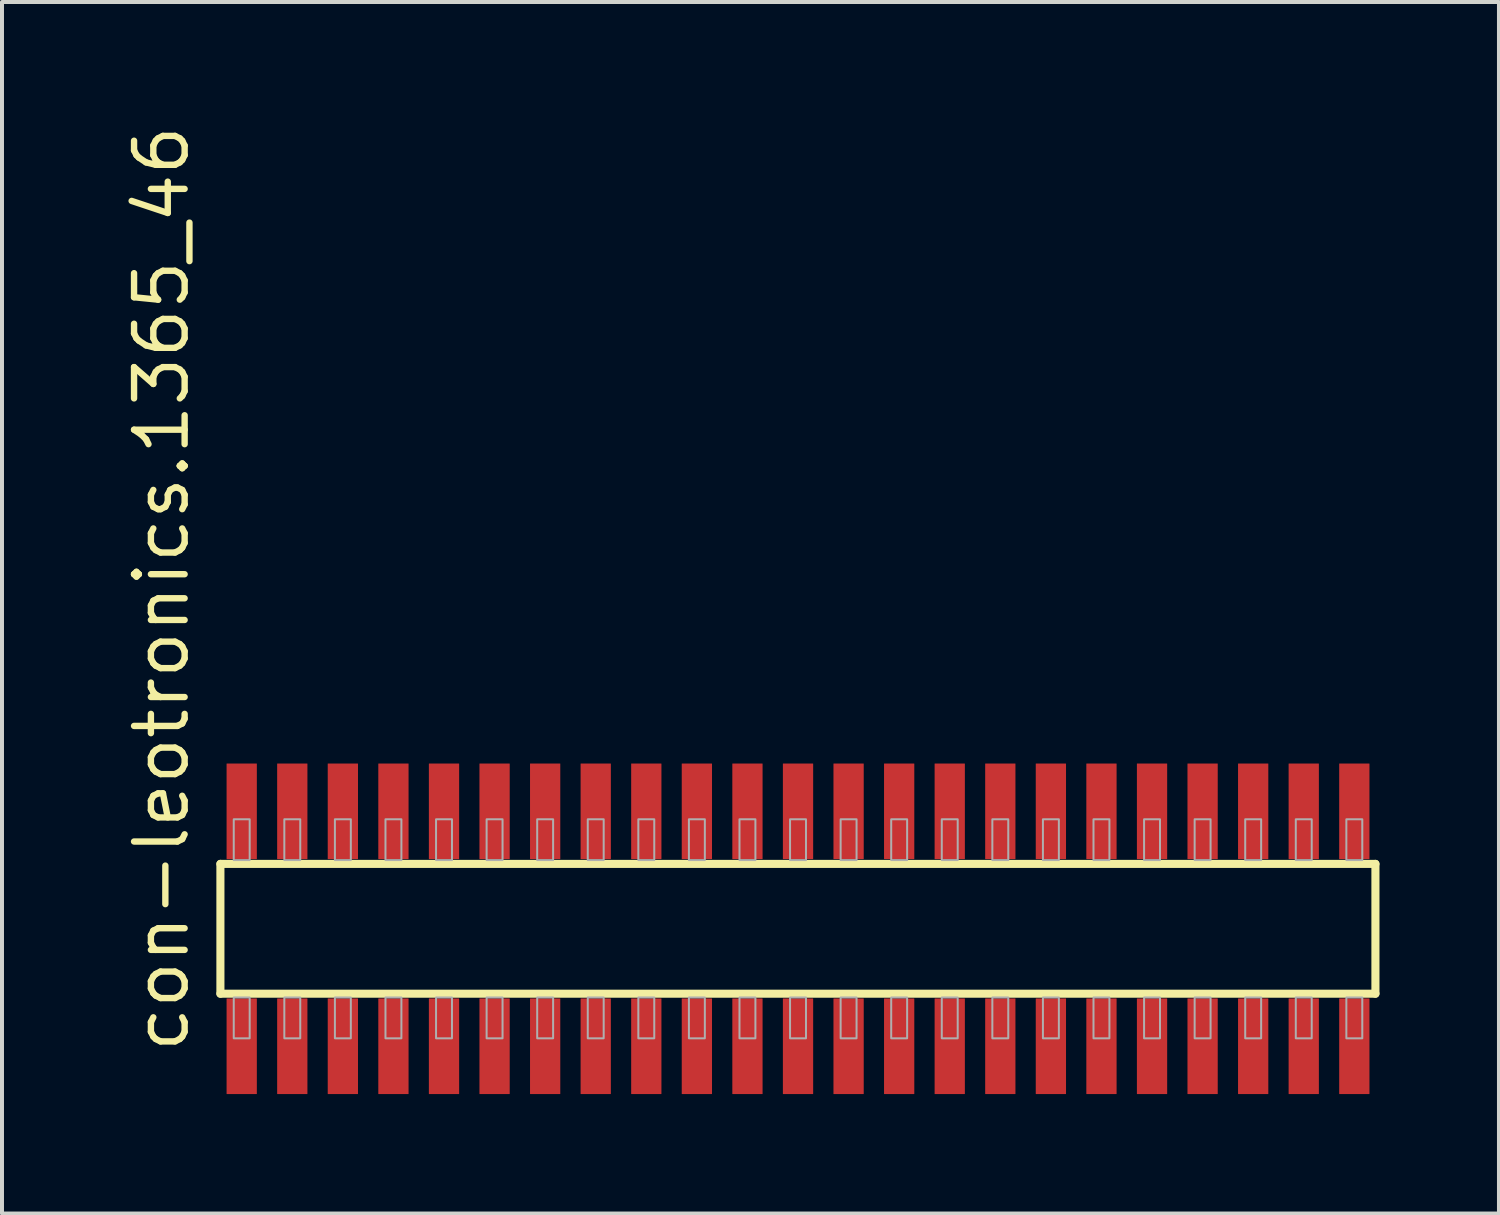
<source format=kicad_pcb>
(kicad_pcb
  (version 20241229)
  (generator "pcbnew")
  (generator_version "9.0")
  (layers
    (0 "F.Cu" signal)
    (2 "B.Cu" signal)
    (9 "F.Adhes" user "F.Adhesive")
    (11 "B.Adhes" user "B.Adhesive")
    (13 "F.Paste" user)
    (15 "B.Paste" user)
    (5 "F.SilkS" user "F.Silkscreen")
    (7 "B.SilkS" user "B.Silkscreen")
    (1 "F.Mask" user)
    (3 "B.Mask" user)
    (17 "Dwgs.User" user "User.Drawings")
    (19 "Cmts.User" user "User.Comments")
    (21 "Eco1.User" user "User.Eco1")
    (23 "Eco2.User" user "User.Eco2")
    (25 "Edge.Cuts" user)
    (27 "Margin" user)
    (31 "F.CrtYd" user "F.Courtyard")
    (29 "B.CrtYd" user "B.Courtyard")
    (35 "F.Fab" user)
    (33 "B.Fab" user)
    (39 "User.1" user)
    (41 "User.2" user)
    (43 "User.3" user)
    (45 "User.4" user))
  (footprint "con-leotronics.1365_46"
    (layer "F.Cu")
    (at 16.99 20.274)
    (property "Reference" "con-leotronics.1365_46" (at -15.24 3.175 90) (layer "F.SilkS") (effects (font (size 1.27 1.27) (thickness 0.16)) (justify left bottom)))
    (attr smd)
    (fp_line (start -14.505 -1.63) (end 14.5 -1.63) (stroke (width 0.203) (type default)) (layer "F.SilkS"))
    (fp_line (start -14.505 1.63) (end -14.505 -1.63) (stroke (width 0.203) (type default)) (layer "F.SilkS"))
    (fp_line (start 14.5 -1.63) (end 14.5 1.63) (stroke (width 0.203) (type default)) (layer "F.SilkS"))
    (fp_line (start 14.5 1.63) (end -14.505 1.63) (stroke (width 0.203) (type default)) (layer "F.SilkS"))
    (fp_rect (start -14.17 -1.725) (end -13.77 -2.75) (stroke (width 0.05) (type default)) (fill no) (layer "F.Fab"))
    (fp_rect (start -14.17 2.75) (end -13.77 1.725) (stroke (width 0.05) (type default)) (fill no) (layer "F.Fab"))
    (fp_rect (start -12.9 -1.725) (end -12.5 -2.75) (stroke (width 0.05) (type default)) (fill no) (layer "F.Fab"))
    (fp_rect (start -12.9 2.75) (end -12.5 1.725) (stroke (width 0.05) (type default)) (fill no) (layer "F.Fab"))
    (fp_rect (start -11.63 -1.725) (end -11.23 -2.75) (stroke (width 0.05) (type default)) (fill no) (layer "F.Fab"))
    (fp_rect (start -11.63 2.75) (end -11.23 1.725) (stroke (width 0.05) (type default)) (fill no) (layer "F.Fab"))
    (fp_rect (start -10.36 -1.725) (end -9.96 -2.75) (stroke (width 0.05) (type default)) (fill no) (layer "F.Fab"))
    (fp_rect (start -10.36 2.75) (end -9.96 1.725) (stroke (width 0.05) (type default)) (fill no) (layer "F.Fab"))
    (fp_rect (start -9.09 -1.725) (end -8.69 -2.75) (stroke (width 0.05) (type default)) (fill no) (layer "F.Fab"))
    (fp_rect (start -9.09 2.75) (end -8.69 1.725) (stroke (width 0.05) (type default)) (fill no) (layer "F.Fab"))
    (fp_rect (start -7.82 -1.725) (end -7.42 -2.75) (stroke (width 0.05) (type default)) (fill no) (layer "F.Fab"))
    (fp_rect (start -7.82 2.75) (end -7.42 1.725) (stroke (width 0.05) (type default)) (fill no) (layer "F.Fab"))
    (fp_rect (start -6.55 -1.725) (end -6.15 -2.75) (stroke (width 0.05) (type default)) (fill no) (layer "F.Fab"))
    (fp_rect (start -6.55 2.75) (end -6.15 1.725) (stroke (width 0.05) (type default)) (fill no) (layer "F.Fab"))
    (fp_rect (start -5.28 -1.725) (end -4.88 -2.75) (stroke (width 0.05) (type default)) (fill no) (layer "F.Fab"))
    (fp_rect (start -5.28 2.75) (end -4.88 1.725) (stroke (width 0.05) (type default)) (fill no) (layer "F.Fab"))
    (fp_rect (start -4.01 -1.725) (end -3.61 -2.75) (stroke (width 0.05) (type default)) (fill no) (layer "F.Fab"))
    (fp_rect (start -4.01 2.75) (end -3.61 1.725) (stroke (width 0.05) (type default)) (fill no) (layer "F.Fab"))
    (fp_rect (start -2.74 -1.725) (end -2.34 -2.75) (stroke (width 0.05) (type default)) (fill no) (layer "F.Fab"))
    (fp_rect (start -2.74 2.75) (end -2.34 1.725) (stroke (width 0.05) (type default)) (fill no) (layer "F.Fab"))
    (fp_rect (start -1.47 -1.725) (end -1.07 -2.75) (stroke (width 0.05) (type default)) (fill no) (layer "F.Fab"))
    (fp_rect (start -1.47 2.75) (end -1.07 1.725) (stroke (width 0.05) (type default)) (fill no) (layer "F.Fab"))
    (fp_rect (start -0.2 -1.725) (end 0.2 -2.75) (stroke (width 0.05) (type default)) (fill no) (layer "F.Fab"))
    (fp_rect (start -0.2 2.75) (end 0.2 1.725) (stroke (width 0.05) (type default)) (fill no) (layer "F.Fab"))
    (fp_rect (start 1.07 -1.725) (end 1.47 -2.75) (stroke (width 0.05) (type default)) (fill no) (layer "F.Fab"))
    (fp_rect (start 1.07 2.75) (end 1.47 1.725) (stroke (width 0.05) (type default)) (fill no) (layer "F.Fab"))
    (fp_rect (start 2.34 -1.725) (end 2.74 -2.75) (stroke (width 0.05) (type default)) (fill no) (layer "F.Fab"))
    (fp_rect (start 2.34 2.75) (end 2.74 1.725) (stroke (width 0.05) (type default)) (fill no) (layer "F.Fab"))
    (fp_rect (start 3.61 -1.725) (end 4.01 -2.75) (stroke (width 0.05) (type default)) (fill no) (layer "F.Fab"))
    (fp_rect (start 3.61 2.75) (end 4.01 1.725) (stroke (width 0.05) (type default)) (fill no) (layer "F.Fab"))
    (fp_rect (start 4.88 -1.725) (end 5.28 -2.75) (stroke (width 0.05) (type default)) (fill no) (layer "F.Fab"))
    (fp_rect (start 4.88 2.75) (end 5.28 1.725) (stroke (width 0.05) (type default)) (fill no) (layer "F.Fab"))
    (fp_rect (start 6.15 -1.725) (end 6.55 -2.75) (stroke (width 0.05) (type default)) (fill no) (layer "F.Fab"))
    (fp_rect (start 6.15 2.75) (end 6.55 1.725) (stroke (width 0.05) (type default)) (fill no) (layer "F.Fab"))
    (fp_rect (start 7.42 -1.725) (end 7.82 -2.75) (stroke (width 0.05) (type default)) (fill no) (layer "F.Fab"))
    (fp_rect (start 7.42 2.75) (end 7.82 1.725) (stroke (width 0.05) (type default)) (fill no) (layer "F.Fab"))
    (fp_rect (start 8.69 -1.725) (end 9.09 -2.75) (stroke (width 0.05) (type default)) (fill no) (layer "F.Fab"))
    (fp_rect (start 8.69 2.75) (end 9.09 1.725) (stroke (width 0.05) (type default)) (fill no) (layer "F.Fab"))
    (fp_rect (start 9.96 -1.725) (end 10.36 -2.75) (stroke (width 0.05) (type default)) (fill no) (layer "F.Fab"))
    (fp_rect (start 9.96 2.75) (end 10.36 1.725) (stroke (width 0.05) (type default)) (fill no) (layer "F.Fab"))
    (fp_rect (start 11.23 -1.725) (end 11.63 -2.75) (stroke (width 0.05) (type default)) (fill no) (layer "F.Fab"))
    (fp_rect (start 11.23 2.75) (end 11.63 1.725) (stroke (width 0.05) (type default)) (fill no) (layer "F.Fab"))
    (fp_rect (start 12.5 -1.725) (end 12.9 -2.75) (stroke (width 0.05) (type default)) (fill no) (layer "F.Fab"))
    (fp_rect (start 12.5 2.75) (end 12.9 1.725) (stroke (width 0.05) (type default)) (fill no) (layer "F.Fab"))
    (fp_rect (start 13.77 -1.725) (end 14.17 -2.75) (stroke (width 0.05) (type default)) (fill no) (layer "F.Fab"))
    (fp_rect (start 13.77 2.75) (end 14.17 1.725) (stroke (width 0.05) (type default)) (fill no) (layer "F.Fab"))
    (pad "1" smd roundrect (at -13.97 2.95) (size 0.76 2.4) (layers "F.Cu" "F.Mask" "F.Paste") (roundrect_rratio 0.01))
    (pad "2" smd roundrect (at -13.97 -2.95) (size 0.76 2.4) (layers "F.Cu" "F.Mask" "F.Paste") (roundrect_rratio 0.01))
    (pad "3" smd roundrect (at -12.7 2.95) (size 0.76 2.4) (layers "F.Cu" "F.Mask" "F.Paste") (roundrect_rratio 0.01))
    (pad "4" smd roundrect (at -12.7 -2.95) (size 0.76 2.4) (layers "F.Cu" "F.Mask" "F.Paste") (roundrect_rratio 0.01))
    (pad "5" smd roundrect (at -11.43 2.95) (size 0.76 2.4) (layers "F.Cu" "F.Mask" "F.Paste") (roundrect_rratio 0.01))
    (pad "6" smd roundrect (at -11.43 -2.95) (size 0.76 2.4) (layers "F.Cu" "F.Mask" "F.Paste") (roundrect_rratio 0.01))
    (pad "7" smd roundrect (at -10.16 2.95) (size 0.76 2.4) (layers "F.Cu" "F.Mask" "F.Paste") (roundrect_rratio 0.01))
    (pad "8" smd roundrect (at -10.16 -2.95) (size 0.76 2.4) (layers "F.Cu" "F.Mask" "F.Paste") (roundrect_rratio 0.01))
    (pad "9" smd roundrect (at -8.89 2.95) (size 0.76 2.4) (layers "F.Cu" "F.Mask" "F.Paste") (roundrect_rratio 0.01))
    (pad "10" smd roundrect (at -8.89 -2.95) (size 0.76 2.4) (layers "F.Cu" "F.Mask" "F.Paste") (roundrect_rratio 0.01))
    (pad "11" smd roundrect (at -7.62 2.95) (size 0.76 2.4) (layers "F.Cu" "F.Mask" "F.Paste") (roundrect_rratio 0.01))
    (pad "12" smd roundrect (at -7.62 -2.95) (size 0.76 2.4) (layers "F.Cu" "F.Mask" "F.Paste") (roundrect_rratio 0.01))
    (pad "13" smd roundrect (at -6.35 2.95) (size 0.76 2.4) (layers "F.Cu" "F.Mask" "F.Paste") (roundrect_rratio 0.01))
    (pad "14" smd roundrect (at -6.35 -2.95) (size 0.76 2.4) (layers "F.Cu" "F.Mask" "F.Paste") (roundrect_rratio 0.01))
    (pad "15" smd roundrect (at -5.08 2.95) (size 0.76 2.4) (layers "F.Cu" "F.Mask" "F.Paste") (roundrect_rratio 0.01))
    (pad "16" smd roundrect (at -5.08 -2.95) (size 0.76 2.4) (layers "F.Cu" "F.Mask" "F.Paste") (roundrect_rratio 0.01))
    (pad "17" smd roundrect (at -3.81 2.95) (size 0.76 2.4) (layers "F.Cu" "F.Mask" "F.Paste") (roundrect_rratio 0.01))
    (pad "18" smd roundrect (at -3.81 -2.95) (size 0.76 2.4) (layers "F.Cu" "F.Mask" "F.Paste") (roundrect_rratio 0.01))
    (pad "19" smd roundrect (at -2.54 2.95) (size 0.76 2.4) (layers "F.Cu" "F.Mask" "F.Paste") (roundrect_rratio 0.01))
    (pad "20" smd roundrect (at -2.54 -2.95) (size 0.76 2.4) (layers "F.Cu" "F.Mask" "F.Paste") (roundrect_rratio 0.01))
    (pad "21" smd roundrect (at -1.27 2.95) (size 0.76 2.4) (layers "F.Cu" "F.Mask" "F.Paste") (roundrect_rratio 0.01))
    (pad "22" smd roundrect (at -1.27 -2.95) (size 0.76 2.4) (layers "F.Cu" "F.Mask" "F.Paste") (roundrect_rratio 0.01))
    (pad "23" smd roundrect (at 0 2.95) (size 0.76 2.4) (layers "F.Cu" "F.Mask" "F.Paste") (roundrect_rratio 0.01))
    (pad "24" smd roundrect (at 0 -2.95) (size 0.76 2.4) (layers "F.Cu" "F.Mask" "F.Paste") (roundrect_rratio 0.01))
    (pad "25" smd roundrect (at 1.27 2.95) (size 0.76 2.4) (layers "F.Cu" "F.Mask" "F.Paste") (roundrect_rratio 0.01))
    (pad "26" smd roundrect (at 1.27 -2.95) (size 0.76 2.4) (layers "F.Cu" "F.Mask" "F.Paste") (roundrect_rratio 0.01))
    (pad "27" smd roundrect (at 2.54 2.95) (size 0.76 2.4) (layers "F.Cu" "F.Mask" "F.Paste") (roundrect_rratio 0.01))
    (pad "28" smd roundrect (at 2.54 -2.95) (size 0.76 2.4) (layers "F.Cu" "F.Mask" "F.Paste") (roundrect_rratio 0.01))
    (pad "29" smd roundrect (at 3.81 2.95) (size 0.76 2.4) (layers "F.Cu" "F.Mask" "F.Paste") (roundrect_rratio 0.01))
    (pad "30" smd roundrect (at 3.81 -2.95) (size 0.76 2.4) (layers "F.Cu" "F.Mask" "F.Paste") (roundrect_rratio 0.01))
    (pad "31" smd roundrect (at 5.08 2.95) (size 0.76 2.4) (layers "F.Cu" "F.Mask" "F.Paste") (roundrect_rratio 0.01))
    (pad "32" smd roundrect (at 5.08 -2.95) (size 0.76 2.4) (layers "F.Cu" "F.Mask" "F.Paste") (roundrect_rratio 0.01))
    (pad "33" smd roundrect (at 6.35 2.95) (size 0.76 2.4) (layers "F.Cu" "F.Mask" "F.Paste") (roundrect_rratio 0.01))
    (pad "34" smd roundrect (at 6.35 -2.95) (size 0.76 2.4) (layers "F.Cu" "F.Mask" "F.Paste") (roundrect_rratio 0.01))
    (pad "35" smd roundrect (at 7.62 2.95) (size 0.76 2.4) (layers "F.Cu" "F.Mask" "F.Paste") (roundrect_rratio 0.01))
    (pad "36" smd roundrect (at 7.62 -2.95) (size 0.76 2.4) (layers "F.Cu" "F.Mask" "F.Paste") (roundrect_rratio 0.01))
    (pad "37" smd roundrect (at 8.89 2.95) (size 0.76 2.4) (layers "F.Cu" "F.Mask" "F.Paste") (roundrect_rratio 0.01))
    (pad "38" smd roundrect (at 8.89 -2.95) (size 0.76 2.4) (layers "F.Cu" "F.Mask" "F.Paste") (roundrect_rratio 0.01))
    (pad "39" smd roundrect (at 10.16 2.95) (size 0.76 2.4) (layers "F.Cu" "F.Mask" "F.Paste") (roundrect_rratio 0.01))
    (pad "40" smd roundrect (at 10.16 -2.95) (size 0.76 2.4) (layers "F.Cu" "F.Mask" "F.Paste") (roundrect_rratio 0.01))
    (pad "41" smd roundrect (at 11.43 2.95) (size 0.76 2.4) (layers "F.Cu" "F.Mask" "F.Paste") (roundrect_rratio 0.01))
    (pad "42" smd roundrect (at 11.43 -2.95) (size 0.76 2.4) (layers "F.Cu" "F.Mask" "F.Paste") (roundrect_rratio 0.01))
    (pad "43" smd roundrect (at 12.7 2.95) (size 0.76 2.4) (layers "F.Cu" "F.Mask" "F.Paste") (roundrect_rratio 0.01))
    (pad "44" smd roundrect (at 12.7 -2.95) (size 0.76 2.4) (layers "F.Cu" "F.Mask" "F.Paste") (roundrect_rratio 0.01))
    (pad "45" smd roundrect (at 13.97 2.95) (size 0.76 2.4) (layers "F.Cu" "F.Mask" "F.Paste") (roundrect_rratio 0.01))
    (pad "46" smd roundrect (at 13.97 -2.95) (size 0.76 2.4) (layers "F.Cu" "F.Mask" "F.Paste") (roundrect_rratio 0.01)))
  (gr_rect
    (start -3 -3)
    (end 34.592 27.424)
    (stroke (width 0.1) (type default))
    (fill no)
    (layer "Edge.Cuts")))
</source>
